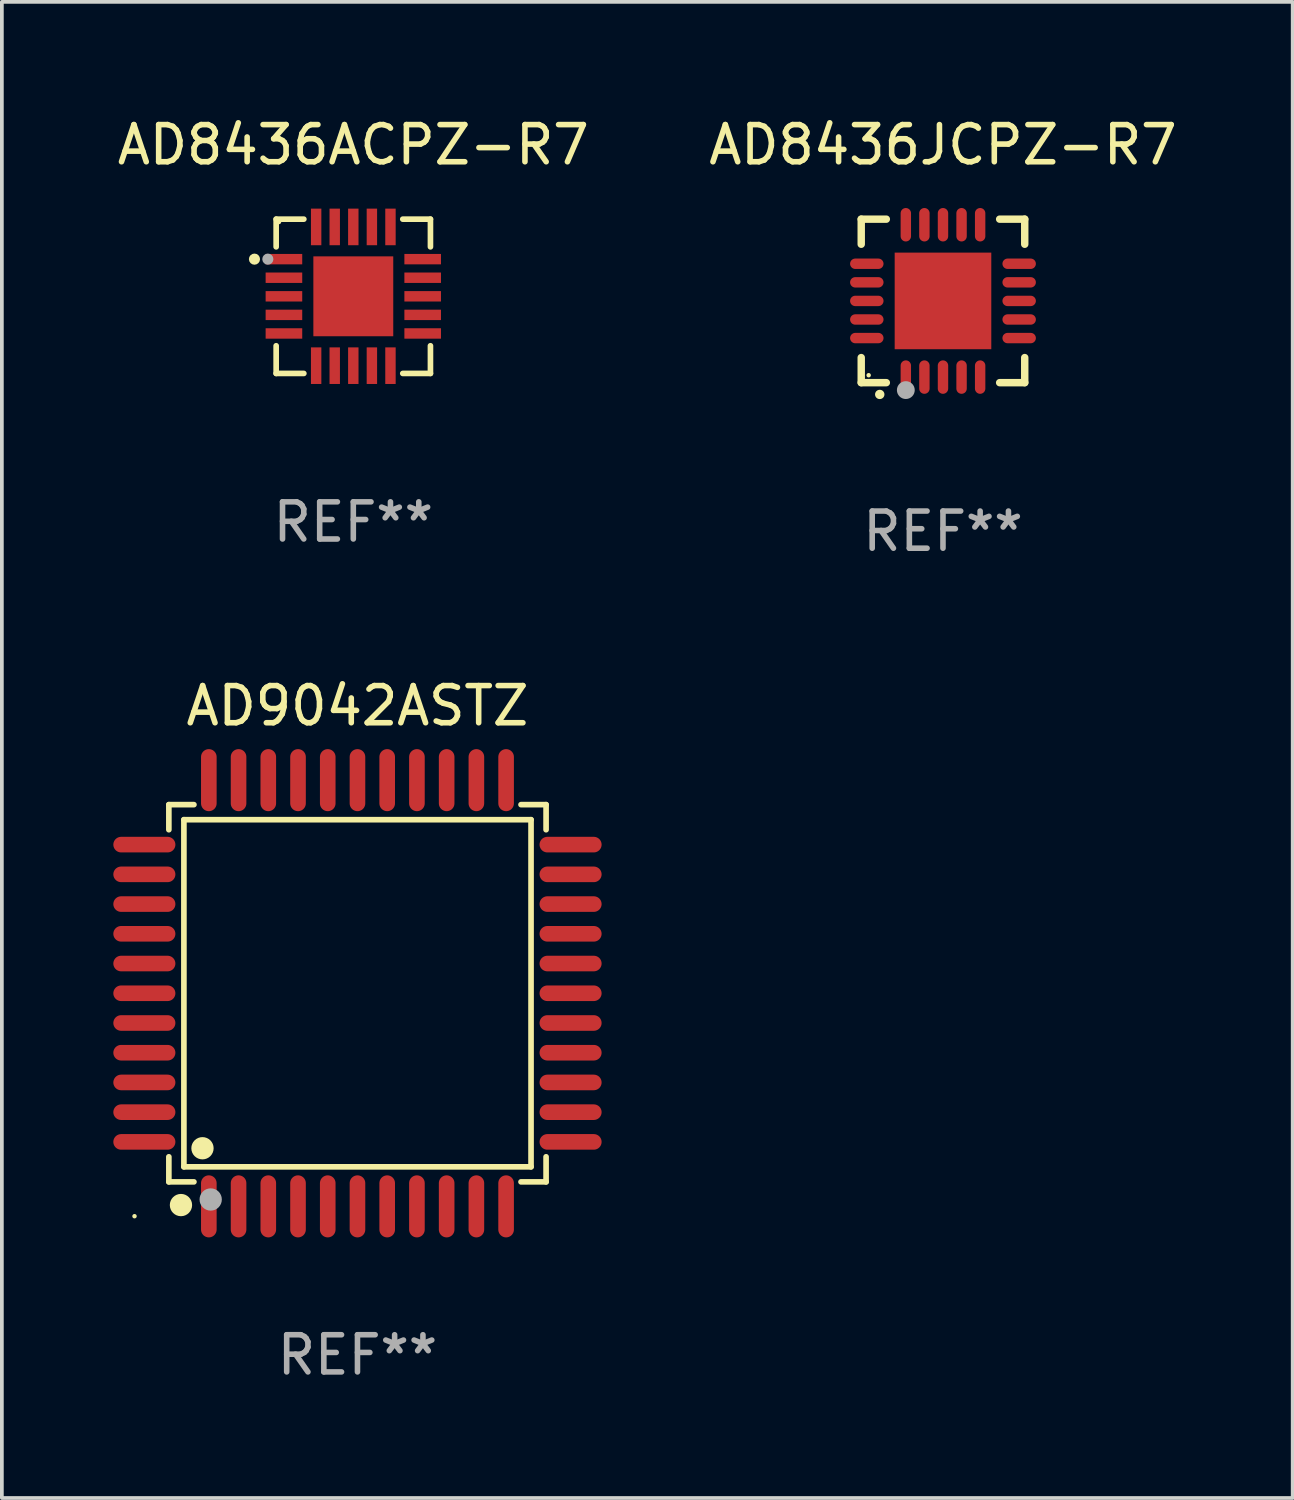
<source format=kicad_pcb>
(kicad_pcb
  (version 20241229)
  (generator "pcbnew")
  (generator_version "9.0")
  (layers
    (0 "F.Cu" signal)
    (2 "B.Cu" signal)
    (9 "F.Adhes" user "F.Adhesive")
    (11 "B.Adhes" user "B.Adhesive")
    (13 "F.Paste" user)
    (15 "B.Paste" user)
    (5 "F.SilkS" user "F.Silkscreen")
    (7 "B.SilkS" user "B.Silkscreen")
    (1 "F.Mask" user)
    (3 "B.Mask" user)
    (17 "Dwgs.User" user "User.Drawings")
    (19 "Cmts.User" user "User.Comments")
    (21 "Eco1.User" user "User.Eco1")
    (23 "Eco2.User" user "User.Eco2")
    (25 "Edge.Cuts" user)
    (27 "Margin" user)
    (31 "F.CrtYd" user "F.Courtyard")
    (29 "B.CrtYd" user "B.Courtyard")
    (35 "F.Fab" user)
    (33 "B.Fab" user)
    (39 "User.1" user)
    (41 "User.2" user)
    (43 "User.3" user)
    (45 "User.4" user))
  (footprint "AD9042ASTZ"
    (layer "F.Cu")
    (at 6.57 23.68)
    (property "Reference" "AD9042ASTZ" (at 0 -7.735 0) (layer "F.SilkS") (effects (font (size 1 1) (thickness 0.15))))
    (attr through_hole)
    (fp_line (start -5.076 -5.076) (end -4.401 -5.076) (stroke (width 0.152) (type solid)) (layer "F.SilkS"))
    (fp_line (start -5.076 -4.401) (end -5.076 -5.076) (stroke (width 0.152) (type solid)) (layer "F.SilkS"))
    (fp_line (start -5.076 4.401) (end -5.076 5.076) (stroke (width 0.152) (type solid)) (layer "F.SilkS"))
    (fp_line (start -5.076 5.076) (end -4.401 5.076) (stroke (width 0.152) (type solid)) (layer "F.SilkS"))
    (fp_line (start -4.671 -4.671) (end 4.671 -4.671) (stroke (width 0.152) (type solid)) (layer "F.SilkS"))
    (fp_line (start -4.671 4.671) (end -4.671 -4.671) (stroke (width 0.152) (type solid)) (layer "F.SilkS"))
    (fp_line (start 4.671 -4.671) (end 4.671 4.671) (stroke (width 0.152) (type solid)) (layer "F.SilkS"))
    (fp_line (start 4.671 4.671) (end -4.671 4.671) (stroke (width 0.152) (type solid)) (layer "F.SilkS"))
    (fp_line (start 5.076 -5.076) (end 4.401 -5.076) (stroke (width 0.152) (type solid)) (layer "F.SilkS"))
    (fp_line (start 5.076 -4.401) (end 5.076 -5.076) (stroke (width 0.152) (type solid)) (layer "F.SilkS"))
    (fp_line (start 5.076 4.401) (end 5.076 5.076) (stroke (width 0.152) (type solid)) (layer "F.SilkS"))
    (fp_line (start 5.076 5.076) (end 4.401 5.076) (stroke (width 0.152) (type solid)) (layer "F.SilkS"))
    (fp_circle (center -6 6) (end -5.97 6) (stroke (width 0.06) (type solid)) (fill no) (layer "F.SilkS"))
    (fp_circle (center -4.75 5.7) (end -4.6 5.7) (stroke (width 0.3) (type solid)) (fill no) (layer "F.SilkS"))
    (fp_circle (center -4.171 4.171) (end -4.021 4.171) (stroke (width 0.3) (type solid)) (fill no) (layer "F.SilkS"))
    (fp_circle (center -3.95 5.55) (end -3.8 5.55) (stroke (width 0.3) (type solid)) (fill no) (layer "F.Fab"))
    (fp_text user "REF**" (at 0 9.735 0) (layer "F.Fab") (effects (font (size 1 1) (thickness 0.15))))
    (pad "1" smd oval (at -4 5.735) (size 0.42 1.67) (layers "F.Cu" "F.Mask" "F.Paste"))
    (pad "2" smd oval (at -3.2 5.735) (size 0.42 1.67) (layers "F.Cu" "F.Mask" "F.Paste"))
    (pad "3" smd oval (at -2.4 5.735) (size 0.42 1.67) (layers "F.Cu" "F.Mask" "F.Paste"))
    (pad "4" smd oval (at -1.6 5.735) (size 0.42 1.67) (layers "F.Cu" "F.Mask" "F.Paste"))
    (pad "5" smd oval (at -0.8 5.735) (size 0.42 1.67) (layers "F.Cu" "F.Mask" "F.Paste"))
    (pad "6" smd oval (at 0 5.735) (size 0.42 1.67) (layers "F.Cu" "F.Mask" "F.Paste"))
    (pad "7" smd oval (at 0.8 5.735) (size 0.42 1.67) (layers "F.Cu" "F.Mask" "F.Paste"))
    (pad "8" smd oval (at 1.6 5.735) (size 0.42 1.67) (layers "F.Cu" "F.Mask" "F.Paste"))
    (pad "9" smd oval (at 2.4 5.735) (size 0.42 1.67) (layers "F.Cu" "F.Mask" "F.Paste"))
    (pad "10" smd oval (at 3.2 5.735) (size 0.42 1.67) (layers "F.Cu" "F.Mask" "F.Paste"))
    (pad "11" smd oval (at 4 5.735) (size 0.42 1.67) (layers "F.Cu" "F.Mask" "F.Paste"))
    (pad "12" smd oval (at 5.735 4) (size 1.67 0.42) (layers "F.Cu" "F.Mask" "F.Paste"))
    (pad "13" smd oval (at 5.735 3.2) (size 1.67 0.42) (layers "F.Cu" "F.Mask" "F.Paste"))
    (pad "14" smd oval (at 5.735 2.4) (size 1.67 0.42) (layers "F.Cu" "F.Mask" "F.Paste"))
    (pad "15" smd oval (at 5.735 1.6) (size 1.67 0.42) (layers "F.Cu" "F.Mask" "F.Paste"))
    (pad "16" smd oval (at 5.735 0.8) (size 1.67 0.42) (layers "F.Cu" "F.Mask" "F.Paste"))
    (pad "17" smd oval (at 5.735 0) (size 1.67 0.42) (layers "F.Cu" "F.Mask" "F.Paste"))
    (pad "18" smd oval (at 5.735 -0.8) (size 1.67 0.42) (layers "F.Cu" "F.Mask" "F.Paste"))
    (pad "19" smd oval (at 5.735 -1.6) (size 1.67 0.42) (layers "F.Cu" "F.Mask" "F.Paste"))
    (pad "20" smd oval (at 5.735 -2.4) (size 1.67 0.42) (layers "F.Cu" "F.Mask" "F.Paste"))
    (pad "21" smd oval (at 5.735 -3.2) (size 1.67 0.42) (layers "F.Cu" "F.Mask" "F.Paste"))
    (pad "22" smd oval (at 5.735 -4) (size 1.67 0.42) (layers "F.Cu" "F.Mask" "F.Paste"))
    (pad "23" smd oval (at 4 -5.735) (size 0.42 1.67) (layers "F.Cu" "F.Mask" "F.Paste"))
    (pad "24" smd oval (at 3.2 -5.735) (size 0.42 1.67) (layers "F.Cu" "F.Mask" "F.Paste"))
    (pad "25" smd oval (at 2.4 -5.735) (size 0.42 1.67) (layers "F.Cu" "F.Mask" "F.Paste"))
    (pad "26" smd oval (at 1.6 -5.735) (size 0.42 1.67) (layers "F.Cu" "F.Mask" "F.Paste"))
    (pad "27" smd oval (at 0.8 -5.735) (size 0.42 1.67) (layers "F.Cu" "F.Mask" "F.Paste"))
    (pad "28" smd oval (at 0 -5.735) (size 0.42 1.67) (layers "F.Cu" "F.Mask" "F.Paste"))
    (pad "29" smd oval (at -0.8 -5.735) (size 0.42 1.67) (layers "F.Cu" "F.Mask" "F.Paste"))
    (pad "30" smd oval (at -1.6 -5.735) (size 0.42 1.67) (layers "F.Cu" "F.Mask" "F.Paste"))
    (pad "31" smd oval (at -2.4 -5.735) (size 0.42 1.67) (layers "F.Cu" "F.Mask" "F.Paste"))
    (pad "32" smd oval (at -3.2 -5.735) (size 0.42 1.67) (layers "F.Cu" "F.Mask" "F.Paste"))
    (pad "33" smd oval (at -4 -5.735) (size 0.42 1.67) (layers "F.Cu" "F.Mask" "F.Paste"))
    (pad "34" smd oval (at -5.735 -4) (size 1.67 0.42) (layers "F.Cu" "F.Mask" "F.Paste"))
    (pad "35" smd oval (at -5.735 -3.2) (size 1.67 0.42) (layers "F.Cu" "F.Mask" "F.Paste"))
    (pad "36" smd oval (at -5.735 -2.4) (size 1.67 0.42) (layers "F.Cu" "F.Mask" "F.Paste"))
    (pad "37" smd oval (at -5.735 -1.6) (size 1.67 0.42) (layers "F.Cu" "F.Mask" "F.Paste"))
    (pad "38" smd oval (at -5.735 -0.8) (size 1.67 0.42) (layers "F.Cu" "F.Mask" "F.Paste"))
    (pad "39" smd oval (at -5.735 0) (size 1.67 0.42) (layers "F.Cu" "F.Mask" "F.Paste"))
    (pad "40" smd oval (at -5.735 0.8) (size 1.67 0.42) (layers "F.Cu" "F.Mask" "F.Paste"))
    (pad "41" smd oval (at -5.735 1.6) (size 1.67 0.42) (layers "F.Cu" "F.Mask" "F.Paste"))
    (pad "42" smd oval (at -5.735 2.4) (size 1.67 0.42) (layers "F.Cu" "F.Mask" "F.Paste"))
    (pad "43" smd oval (at -5.735 3.2) (size 1.67 0.42) (layers "F.Cu" "F.Mask" "F.Paste"))
    (pad "44" smd oval (at -5.735 4) (size 1.67 0.42) (layers "F.Cu" "F.Mask" "F.Paste")))
  (footprint "AD8436JCPZ-R7"
    (layer "F.Cu")
    (at 22.327 5.048)
    (property "Reference" "AD8436JCPZ-R7" (at 0 -4.2 0) (layer "F.SilkS") (effects (font (size 1 1) (thickness 0.15))))
    (attr through_hole)
    (fp_line (start -2.2 -2.2) (end -1.525 -2.2) (stroke (width 0.2) (type solid)) (layer "F.SilkS"))
    (fp_line (start -2.2 -1.525) (end -2.2 -2.2) (stroke (width 0.2) (type solid)) (layer "F.SilkS"))
    (fp_line (start -2.2 2.2) (end -2.2 1.525) (stroke (width 0.2) (type solid)) (layer "F.SilkS"))
    (fp_line (start -1.525 2.2) (end -2.2 2.2) (stroke (width 0.2) (type solid)) (layer "F.SilkS"))
    (fp_line (start 1.525 2.2) (end 2.2 2.2) (stroke (width 0.2) (type solid)) (layer "F.SilkS"))
    (fp_line (start 2.2 -2.2) (end 1.525 -2.2) (stroke (width 0.2) (type solid)) (layer "F.SilkS"))
    (fp_line (start 2.2 -1.525) (end 2.2 -2.2) (stroke (width 0.2) (type solid)) (layer "F.SilkS"))
    (fp_line (start 2.2 2.2) (end 2.2 1.525) (stroke (width 0.2) (type solid)) (layer "F.SilkS"))
    (fp_arc (start -1.703073 2.516612) (mid -1.701803 2.516606) (end -1.700533 2.516612) (stroke (width 0.25) (type solid)) (layer "F.SilkS"))
    (fp_circle (center -2 2) (end -1.97 2) (stroke (width 0.06) (type solid)) (fill no) (layer "F.SilkS"))
    (fp_circle (center -1 2.4) (end -0.88 2.4) (stroke (width 0.24) (type solid)) (fill no) (layer "F.Fab"))
    (fp_text user "REF**" (at 0 6.2 0) (layer "F.Fab") (effects (font (size 1 1) (thickness 0.15))))
    (pad "1" smd oval (at -1 2.05) (size 0.28 0.9) (layers "F.Cu" "F.Mask" "F.Paste"))
    (pad "2" smd oval (at -0.5 2.05) (size 0.28 0.9) (layers "F.Cu" "F.Mask" "F.Paste"))
    (pad "3" smd oval (at 0.000076 2.05) (size 0.28 0.9) (layers "F.Cu" "F.Mask" "F.Paste"))
    (pad "4" smd oval (at 0.5 2.05) (size 0.28 0.9) (layers "F.Cu" "F.Mask" "F.Paste"))
    (pad "5" smd oval (at 1 2.05) (size 0.28 0.9) (layers "F.Cu" "F.Mask" "F.Paste"))
    (pad "6" smd oval (at 2.05 1) (size 0.9 0.28) (layers "F.Cu" "F.Mask" "F.Paste"))
    (pad "7" smd oval (at 2.05 0.5) (size 0.9 0.28) (layers "F.Cu" "F.Mask" "F.Paste"))
    (pad "8" smd oval (at 2.05 0.000076) (size 0.9 0.28) (layers "F.Cu" "F.Mask" "F.Paste"))
    (pad "9" smd oval (at 2.05 -0.5) (size 0.9 0.28) (layers "F.Cu" "F.Mask" "F.Paste"))
    (pad "10" smd oval (at 2.05 -1) (size 0.9 0.28) (layers "F.Cu" "F.Mask" "F.Paste"))
    (pad "11" smd oval (at 1 -2.05) (size 0.28 0.9) (layers "F.Cu" "F.Mask" "F.Paste"))
    (pad "12" smd oval (at 0.5 -2.05) (size 0.28 0.9) (layers "F.Cu" "F.Mask" "F.Paste"))
    (pad "13" smd oval (at 0.000076 -2.05) (size 0.28 0.9) (layers "F.Cu" "F.Mask" "F.Paste"))
    (pad "14" smd oval (at -0.5 -2.05) (size 0.28 0.9) (layers "F.Cu" "F.Mask" "F.Paste"))
    (pad "15" smd oval (at -1 -2.05) (size 0.28 0.9) (layers "F.Cu" "F.Mask" "F.Paste"))
    (pad "16" smd oval (at -2.05 -1) (size 0.9 0.28) (layers "F.Cu" "F.Mask" "F.Paste"))
    (pad "17" smd oval (at -2.05 -0.5) (size 0.9 0.28) (layers "F.Cu" "F.Mask" "F.Paste"))
    (pad "18" smd oval (at -2.05 0.000076) (size 0.9 0.28) (layers "F.Cu" "F.Mask" "F.Paste"))
    (pad "19" smd oval (at -2.05 0.5) (size 0.9 0.28) (layers "F.Cu" "F.Mask" "F.Paste"))
    (pad "20" smd oval (at -2.05 1) (size 0.9 0.28) (layers "F.Cu" "F.Mask" "F.Paste"))
    (pad "21" smd rect (at 0.000076 0.000076) (size 2.6 2.6) (layers "F.Cu" "F.Mask" "F.Paste")))
  (footprint "AD8436ACPZ-R7"
    (layer "F.Cu")
    (at 6.458 4.924)
    (property "Reference" "AD8436ACPZ-R7" (at 0 -4.076 0) (layer "F.SilkS") (effects (font (size 1 1) (thickness 0.15))))
    (attr through_hole)
    (fp_line (start -2.076 -2.076) (end -2.076 -1.331) (stroke (width 0.152) (type solid)) (layer "F.SilkS"))
    (fp_line (start -2.076 2.076) (end -2.076 1.331) (stroke (width 0.152) (type solid)) (layer "F.SilkS"))
    (fp_line (start -1.331 -2.076) (end -2.076 -2.076) (stroke (width 0.152) (type solid)) (layer "F.SilkS"))
    (fp_line (start -1.331 2.076) (end -2.076 2.076) (stroke (width 0.152) (type solid)) (layer "F.SilkS"))
    (fp_line (start 1.331 -2.076) (end 2.076 -2.076) (stroke (width 0.152) (type solid)) (layer "F.SilkS"))
    (fp_line (start 1.331 2.076) (end 2.076 2.076) (stroke (width 0.152) (type solid)) (layer "F.SilkS"))
    (fp_line (start 2.076 -2.076) (end 2.076 -1.331) (stroke (width 0.152) (type solid)) (layer "F.SilkS"))
    (fp_line (start 2.076 2.076) (end 2.076 1.331) (stroke (width 0.152) (type solid)) (layer "F.SilkS"))
    (fp_circle (center -2.66 -1) (end -2.585 -1) (stroke (width 0.15) (type solid)) (fill no) (layer "F.SilkS"))
    (fp_circle (center -2 -2) (end -1.97 -2) (stroke (width 0.06) (type solid)) (fill no) (layer "F.SilkS"))
    (fp_circle (center -2.3 -1) (end -2.225 -1) (stroke (width 0.15) (type solid)) (fill no) (layer "F.Fab"))
    (fp_text user "REF**" (at 0 6.076 0) (layer "F.Fab") (effects (font (size 1 1) (thickness 0.15))))
    (pad "1" smd rect (at -1.867 -1) (size 0.985 0.28) (layers "F.Cu" "F.Mask" "F.Paste"))
    (pad "2" smd rect (at -1.867 -0.5) (size 0.985 0.28) (layers "F.Cu" "F.Mask" "F.Paste"))
    (pad "3" smd rect (at -1.867 0) (size 0.985 0.28) (layers "F.Cu" "F.Mask" "F.Paste"))
    (pad "4" smd rect (at -1.867 0.5) (size 0.985 0.28) (layers "F.Cu" "F.Mask" "F.Paste"))
    (pad "5" smd rect (at -1.867 1) (size 0.985 0.28) (layers "F.Cu" "F.Mask" "F.Paste"))
    (pad "6" smd rect (at -1 1.867) (size 0.28 0.985) (layers "F.Cu" "F.Mask" "F.Paste"))
    (pad "7" smd rect (at -0.5 1.867) (size 0.28 0.985) (layers "F.Cu" "F.Mask" "F.Paste"))
    (pad "8" smd rect (at 0 1.867) (size 0.28 0.985) (layers "F.Cu" "F.Mask" "F.Paste"))
    (pad "9" smd rect (at 0.5 1.867) (size 0.28 0.985) (layers "F.Cu" "F.Mask" "F.Paste"))
    (pad "10" smd rect (at 1 1.867) (size 0.28 0.985) (layers "F.Cu" "F.Mask" "F.Paste"))
    (pad "11" smd rect (at 1.867 1) (size 0.985 0.28) (layers "F.Cu" "F.Mask" "F.Paste"))
    (pad "12" smd rect (at 1.867 0.5) (size 0.985 0.28) (layers "F.Cu" "F.Mask" "F.Paste"))
    (pad "13" smd rect (at 1.867 0) (size 0.985 0.28) (layers "F.Cu" "F.Mask" "F.Paste"))
    (pad "14" smd rect (at 1.867 -0.5) (size 0.985 0.28) (layers "F.Cu" "F.Mask" "F.Paste"))
    (pad "15" smd rect (at 1.867 -1) (size 0.985 0.28) (layers "F.Cu" "F.Mask" "F.Paste"))
    (pad "16" smd rect (at 1 -1.867) (size 0.28 0.985) (layers "F.Cu" "F.Mask" "F.Paste"))
    (pad "17" smd rect (at 0.5 -1.867) (size 0.28 0.985) (layers "F.Cu" "F.Mask" "F.Paste"))
    (pad "18" smd rect (at 0 -1.867) (size 0.28 0.985) (layers "F.Cu" "F.Mask" "F.Paste"))
    (pad "19" smd rect (at -0.5 -1.867) (size 0.28 0.985) (layers "F.Cu" "F.Mask" "F.Paste"))
    (pad "20" smd rect (at -1 -1.867) (size 0.28 0.985) (layers "F.Cu" "F.Mask" "F.Paste"))
    (pad "21" smd rect (at 0 0) (size 2.15 2.15) (layers "F.Cu" "F.Mask" "F.Paste")))
  (gr_rect
    (start -3 -3)
    (end 31.738 37.263)
    (stroke (width 0.1) (type default))
    (fill no)
    (layer "Edge.Cuts")))
</source>
